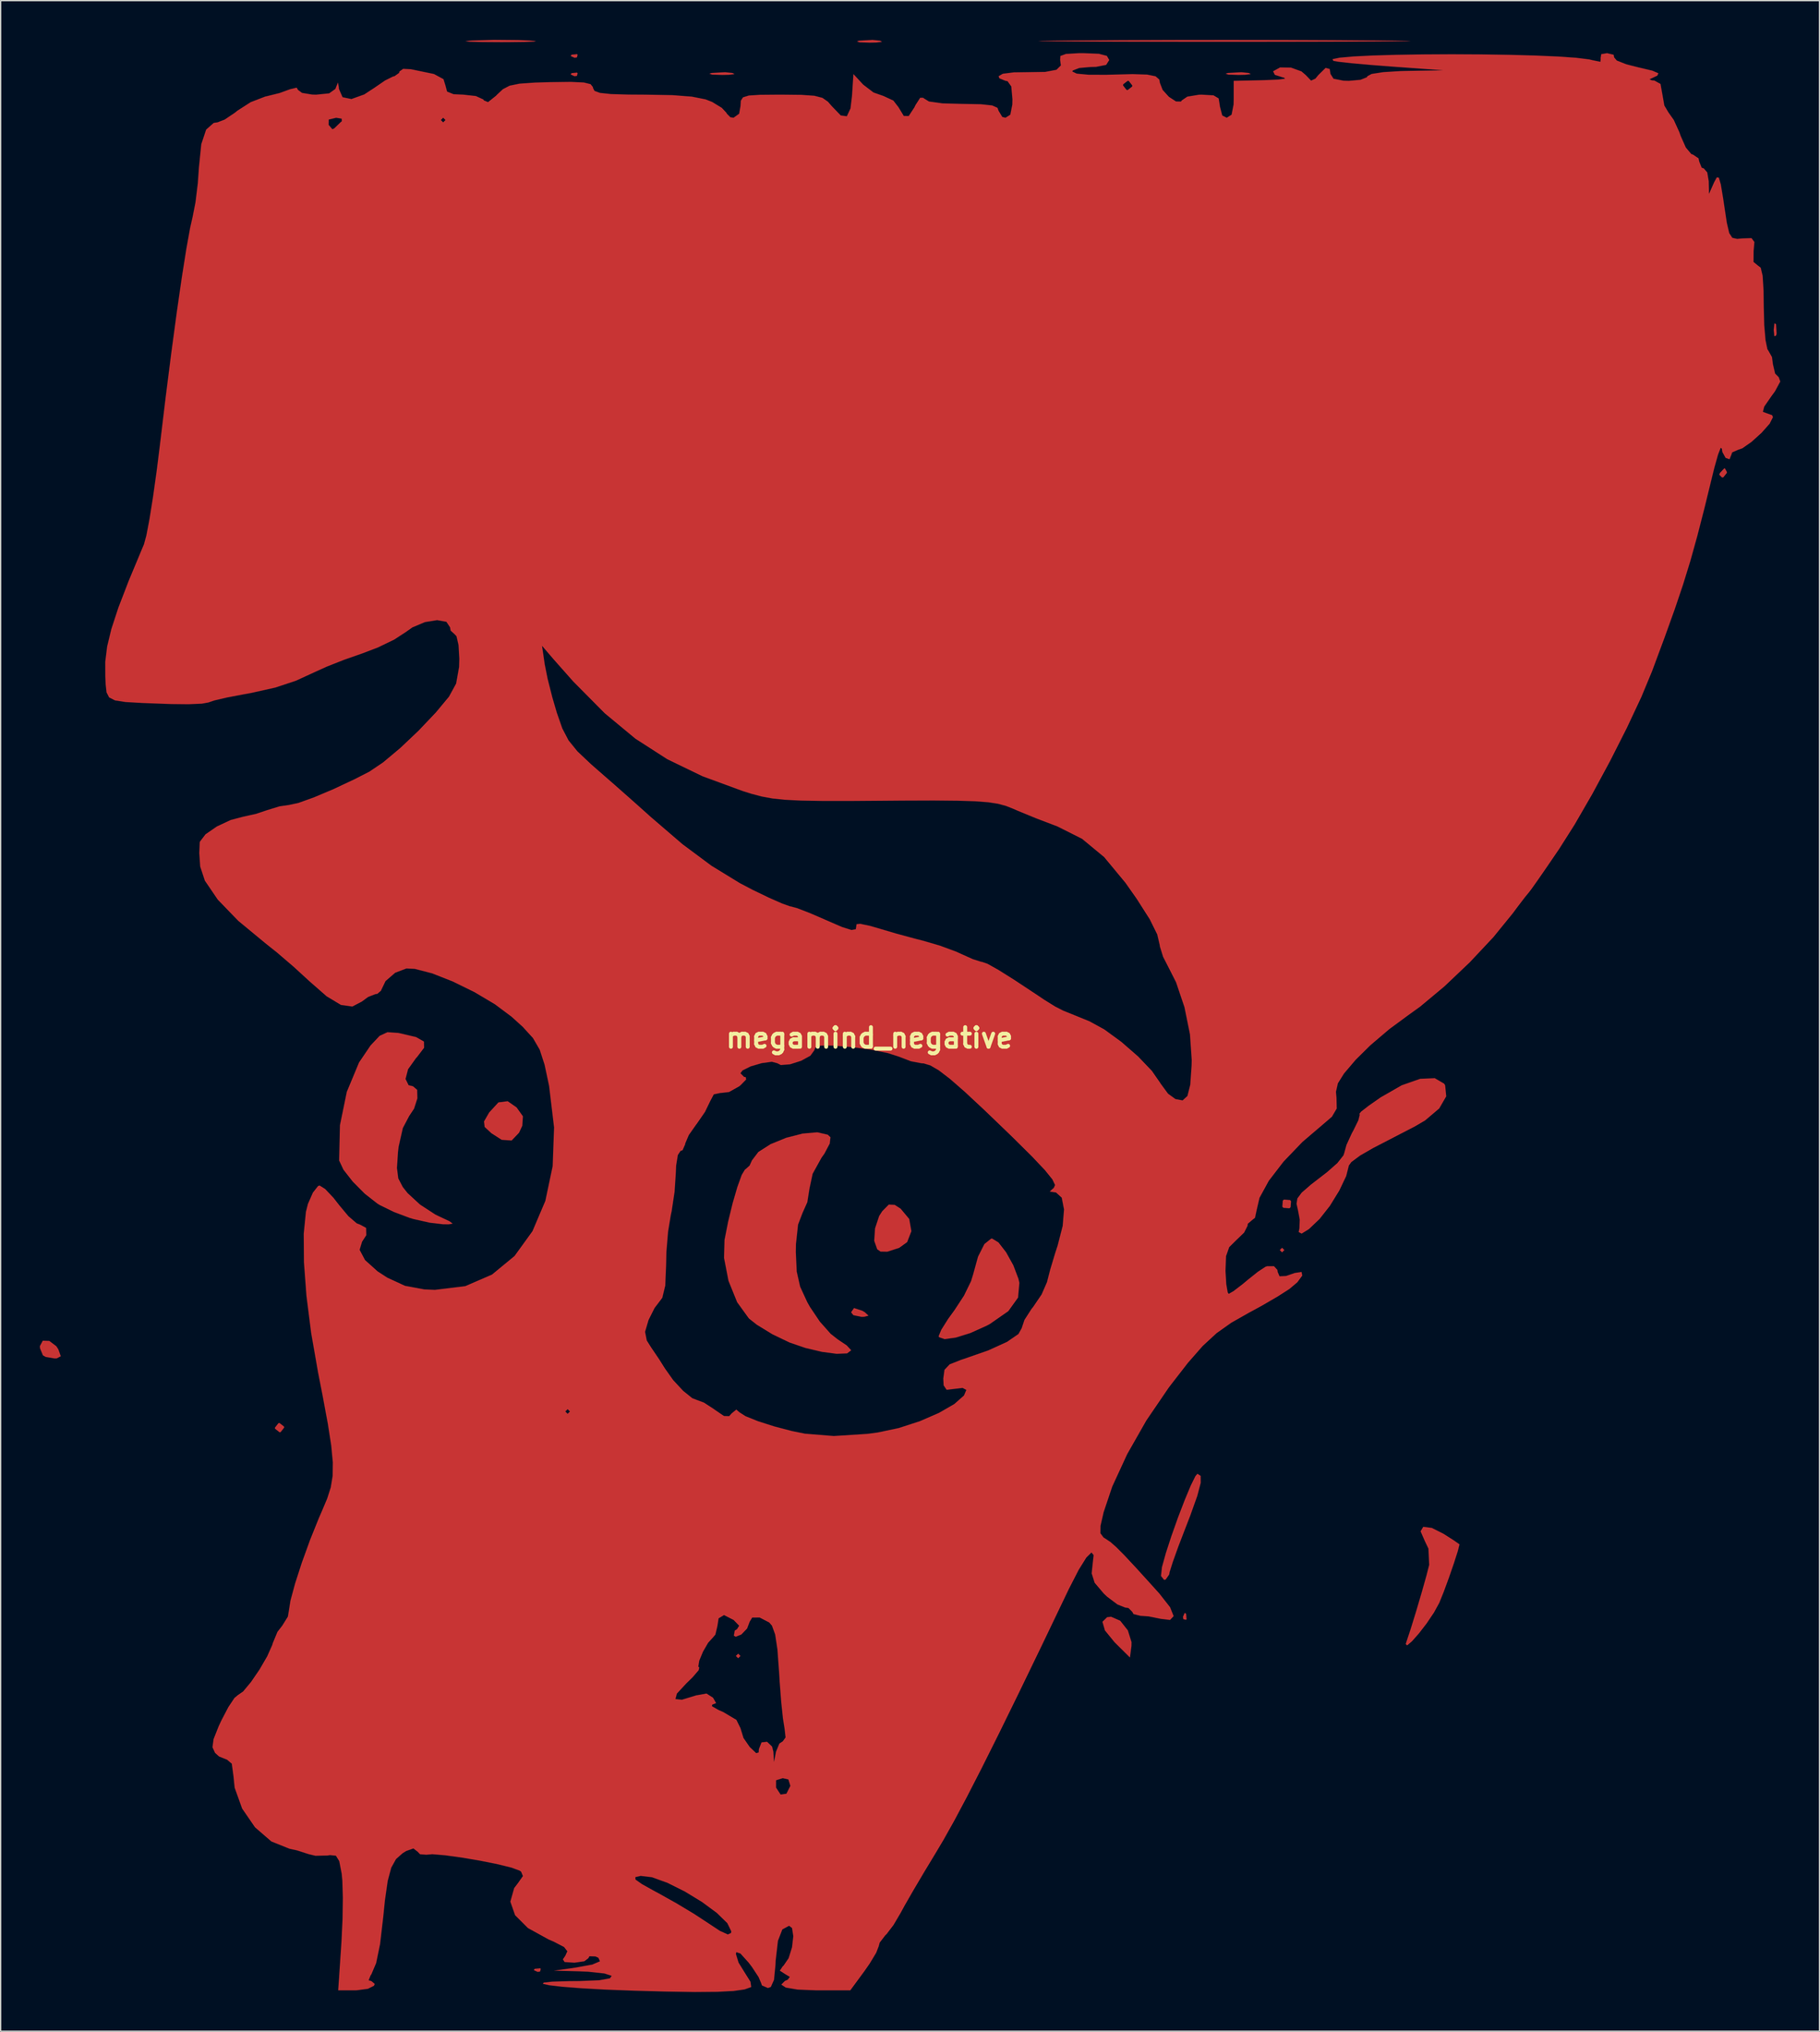
<source format=kicad_pcb>
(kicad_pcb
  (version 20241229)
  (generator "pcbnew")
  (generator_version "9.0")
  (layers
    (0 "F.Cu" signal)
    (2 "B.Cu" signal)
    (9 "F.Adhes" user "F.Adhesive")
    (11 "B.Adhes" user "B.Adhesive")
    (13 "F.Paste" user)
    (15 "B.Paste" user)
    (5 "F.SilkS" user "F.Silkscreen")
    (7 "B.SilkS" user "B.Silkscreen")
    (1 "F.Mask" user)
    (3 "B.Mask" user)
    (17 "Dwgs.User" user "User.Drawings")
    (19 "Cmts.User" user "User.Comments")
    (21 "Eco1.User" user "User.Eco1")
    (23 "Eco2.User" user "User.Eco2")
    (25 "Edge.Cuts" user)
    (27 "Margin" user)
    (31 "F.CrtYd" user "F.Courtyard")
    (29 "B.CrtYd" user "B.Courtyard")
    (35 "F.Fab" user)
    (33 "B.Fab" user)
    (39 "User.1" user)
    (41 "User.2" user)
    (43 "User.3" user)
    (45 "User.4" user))
  (footprint "megamind_negative"
    (layer "F.Cu")
    (at 63.5 76.334)
    (property "Reference" "megamind_negative" (at 0 0 0) (layer "F.SilkS") (effects (font (size 1.5 1.5) (thickness 0.3))))
    (attr board_only exclude_from_pos_files exclude_from_bom)
    (fp_poly (pts (xy -9.878 47.272) (xy -10.054 47.449) (xy -10.231 47.272) (xy -10.054 47.096)) (stroke (width 0) (type solid)) (fill yes) (layer "F.Cu"))
    (fp_poly (pts (xy 31.75 16.228) (xy 31.574 16.404) (xy 31.397 16.228) (xy 31.574 16.051)) (stroke (width 0) (type solid)) (fill yes) (layer "F.Cu"))
    (fp_poly (pts (xy -25.165 71.202) (xy -25.213 71.412) (xy -25.4 71.438) (xy -25.69 71.308) (xy -25.635 71.202) (xy -25.217 71.16)) (stroke (width 0) (type solid)) (fill yes) (layer "F.Cu"))
    (fp_poly (pts (xy -22.343 -75.2) (xy -22.391 -74.991) (xy -22.578 -74.965) (xy -22.868 -75.094) (xy -22.813 -75.2) (xy -22.394 -75.243)) (stroke (width 0) (type solid)) (fill yes) (layer "F.Cu"))
    (fp_poly (pts (xy -22.343 -73.789) (xy -22.391 -73.58) (xy -22.578 -73.554) (xy -22.868 -73.683) (xy -22.813 -73.789) (xy -22.394 -73.832)) (stroke (width 0) (type solid)) (fill yes) (layer "F.Cu"))
    (fp_poly (pts (xy 24.224 44.038) (xy 24.266 44.457) (xy 24.224 44.509) (xy 24.014 44.46) (xy 23.989 44.274) (xy 24.118 43.983)) (stroke (width 0) (type solid)) (fill yes) (layer "F.Cu"))
    (fp_poly (pts (xy 69.378 -54.592) (xy 69.425 -53.87) (xy 69.378 -53.71) (xy 69.249 -53.666) (xy 69.2 -54.151) (xy 69.256 -54.652)) (stroke (width 0) (type solid)) (fill yes) (layer "F.Cu"))
    (fp_poly (pts (xy -44.813 29.725) (xy -44.803 29.81) (xy -45.071 30.152) (xy -45.156 30.163) (xy -45.498 29.894) (xy -45.508 29.81) (xy -45.24 29.467) (xy -45.156 29.457)) (stroke (width 0) (type solid)) (fill yes) (layer "F.Cu"))
    (fp_poly (pts (xy -10.495 -73.803) (xy -10.328 -73.716) (xy -10.771 -73.661) (xy -11.289 -73.65) (xy -12.052 -73.678) (xy -12.261 -73.748) (xy -12.083 -73.803) (xy -11.055 -73.861)) (stroke (width 0) (type solid)) (fill yes) (layer "F.Cu"))
    (fp_poly (pts (xy -0.547 20.872) (xy -0.353 20.99) (xy -0.076 21.248) (xy -0.426 21.334) (xy -0.617 21.338) (xy -1.237 21.209) (xy -1.411 20.99) (xy -1.189 20.662)) (stroke (width 0) (type solid)) (fill yes) (layer "F.Cu"))
    (fp_poly (pts (xy 0.794 -76.273) (xy 0.961 -76.185) (xy 0.518 -76.13) (xy 0 -76.12) (xy -0.763 -76.147) (xy -0.972 -76.218) (xy -0.794 -76.273) (xy 0.234 -76.331)) (stroke (width 0) (type solid)) (fill yes) (layer "F.Cu"))
    (fp_poly (pts (xy 29.016 -73.803) (xy 29.183 -73.716) (xy 28.74 -73.661) (xy 28.222 -73.65) (xy 27.459 -73.678) (xy 27.25 -73.748) (xy 27.428 -73.803) (xy 28.456 -73.861)) (stroke (width 0) (type solid)) (fill yes) (layer "F.Cu"))
    (fp_poly (pts (xy 32.181 12.401) (xy 32.261 12.493) (xy 32.225 12.955) (xy 32.133 13.034) (xy 31.672 12.999) (xy 31.592 12.907) (xy 31.627 12.445) (xy 31.72 12.366)) (stroke (width 0) (type solid)) (fill yes) (layer "F.Cu"))
    (fp_poly (pts (xy 65.613 -43.295) (xy 65.617 -43.215) (xy 65.345 -42.876) (xy 65.243 -42.862) (xy 65.032 -43.079) (xy 65.088 -43.215) (xy 65.405 -43.552) (xy 65.461 -43.568)) (stroke (width 0) (type solid)) (fill yes) (layer "F.Cu"))
    (fp_poly (pts (xy 19.186 44.579) (xy 19.771 45.317) (xy 20.053 46.215) (xy 20.047 46.508) (xy 19.932 47.393) (xy 18.746 46.217) (xy 18.016 45.321) (xy 17.824 44.658) (xy 18.181 44.308) (xy 18.487 44.274)) (stroke (width 0) (type solid)) (fill yes) (layer "F.Cu"))
    (fp_poly (pts (xy -62.778 23.176) (xy -62.242 23.58) (xy -62.089 23.812) (xy -61.896 24.349) (xy -62.207 24.513) (xy -62.37 24.518) (xy -63.046 24.405) (xy -63.265 24.283) (xy -63.486 23.748) (xy -63.5 23.577) (xy -63.278 23.161)) (stroke (width 0) (type solid)) (fill yes) (layer "F.Cu"))
    (fp_poly (pts (xy -27.013 5.317) (xy -26.528 5.995) (xy -26.573 6.713) (xy -26.824 7.255) (xy -27.392 7.848) (xy -28.153 7.797) (xy -28.938 7.295) (xy -29.459 6.811) (xy -29.507 6.391) (xy -29.118 5.715) (xy -29.113 5.707) (xy -28.403 4.932) (xy -27.694 4.843)) (stroke (width 0) (type solid)) (fill yes) (layer "F.Cu"))
    (fp_poly (pts (xy -26.917 -76.32) (xy -26.017 -76.285) (xy -25.52 -76.24) (xy -25.672 -76.202) (xy -26.415 -76.174) (xy -27.693 -76.161) (xy -28.222 -76.16) (xy -29.664 -76.168) (xy -30.59 -76.191) (xy -30.943 -76.226) (xy -30.666 -76.269) (xy -30.427 -76.285) (xy -28.75 -76.334)) (stroke (width 0) (type solid)) (fill yes) (layer "F.Cu"))
    (fp_poly (pts (xy 1.924 12.77) (xy 2.381 13.062) (xy 3.039 13.852) (xy 3.203 14.784) (xy 2.88 15.619) (xy 2.27 16.06) (xy 1.362 16.354) (xy 0.846 16.347) (xy 0.588 16.169) (xy 0.358 15.52) (xy 0.422 14.566) (xy 0.738 13.619) (xy 0.97 13.257) (xy 1.473 12.749)) (stroke (width 0) (type solid)) (fill yes) (layer "F.Cu"))
    (fp_poly (pts (xy 25.344 33.5) (xy 25.346 34.039) (xy 25.086 35.027) (xy 24.547 36.54) (xy 24.165 37.523) (xy 23.629 38.919) (xy 23.21 40.086) (xy 22.968 40.856) (xy 22.931 41.048) (xy 22.665 41.43) (xy 22.54 41.451) (xy 22.306 41.155) (xy 22.379 40.481) (xy 22.68 39.4) (xy 23.112 38.075) (xy 23.615 36.665) (xy 24.128 35.33) (xy 24.59 34.227) (xy 24.941 33.517) (xy 25.095 33.337)) (stroke (width 0) (type solid)) (fill yes) (layer "F.Cu"))
    (fp_poly (pts (xy 9.868 15.644) (xy 10.454 16.399) (xy 11.008 17.397) (xy 11.398 18.427) (xy 11.469 18.738) (xy 11.367 19.863) (xy 10.623 20.9) (xy 9.206 21.885) (xy 8.95 22.022) (xy 7.722 22.573) (xy 6.599 22.924) (xy 5.742 23.041) (xy 5.313 22.89) (xy 5.292 22.801) (xy 5.492 22.322) (xy 6.009 21.502) (xy 6.495 20.831) (xy 7.226 19.718) (xy 7.767 18.61) (xy 7.927 18.093) (xy 8.304 16.729) (xy 8.789 15.769) (xy 9.308 15.353) (xy 9.379 15.346)) (stroke (width 0) (type solid)) (fill yes) (layer "F.Cu"))
    (fp_poly (pts (xy 31.691 -76.323) (xy 35.67 -76.308) (xy 38.717 -76.288) (xy 40.292 -76.272) (xy 41.186 -76.257) (xy 41.424 -76.243) (xy 41.032 -76.23) (xy 40.033 -76.218) (xy 38.454 -76.209) (xy 36.318 -76.201) (xy 33.651 -76.195) (xy 30.478 -76.191) (xy 27.164 -76.19) (xy 23.551 -76.191) (xy 20.421 -76.195) (xy 17.8 -76.201) (xy 15.713 -76.209) (xy 14.183 -76.219) (xy 13.237 -76.231) (xy 12.899 -76.244) (xy 13.194 -76.258) (xy 14.147 -76.273) (xy 15.61 -76.288) (xy 19.174 -76.311) (xy 23.202 -76.324) (xy 27.455 -76.328)) (stroke (width 0) (type solid)) (fill yes) (layer "F.Cu"))
    (fp_poly (pts (xy 43.033 37.478) (xy 43.927 37.928) (xy 44.69 38.413) (xy 45.118 38.711) (xy 45.152 38.746) (xy 45.026 39.247) (xy 44.729 40.174) (xy 44.341 41.295) (xy 43.944 42.375) (xy 43.617 43.183) (xy 43.603 43.215) (xy 43.196 43.957) (xy 42.644 44.776) (xy 42.049 45.548) (xy 41.514 46.152) (xy 41.144 46.465) (xy 41.039 46.363) (xy 41.082 46.214) (xy 41.407 45.237) (xy 41.827 43.878) (xy 42.261 42.41) (xy 42.628 41.103) (xy 42.833 40.303) (xy 42.774 39.061) (xy 42.498 38.484) (xy 42.174 37.74) (xy 42.377 37.395)) (stroke (width 0) (type solid)) (fill yes) (layer "F.Cu"))
    (fp_poly (pts (xy 43.976 3.5) (xy 44.055 3.625) (xy 44.138 4.469) (xy 43.602 5.397) (xy 42.514 6.318) (xy 41.722 6.781) (xy 40.626 7.347) (xy 39.289 8.039) (xy 38.541 8.426) (xy 37.55 8.997) (xy 36.878 9.495) (xy 36.689 9.755) (xy 36.483 10.565) (xy 35.955 11.675) (xy 35.233 12.847) (xy 34.451 13.842) (xy 34.446 13.847) (xy 33.631 14.624) (xy 33.069 14.971) (xy 32.844 14.851) (xy 32.901 14.552) (xy 32.925 13.9) (xy 32.792 13.187) (xy 32.681 12.688) (xy 32.743 12.28) (xy 33.075 11.835) (xy 33.773 11.228) (xy 34.934 10.331) (xy 35.013 10.271) (xy 35.8 9.579) (xy 36.274 8.98) (xy 36.336 8.788) (xy 36.5 8.192) (xy 36.905 7.307) (xy 37.036 7.066) (xy 37.414 6.296) (xy 37.522 5.859) (xy 37.481 5.821) (xy 37.615 5.645) (xy 38.209 5.183) (xy 39.12 4.547) (xy 40.733 3.623) (xy 42.145 3.128) (xy 43.259 3.081)) (stroke (width 0) (type solid)) (fill yes) (layer "F.Cu"))
    (fp_poly (pts (xy -36.085 -0.381) (xy -35.958 -0.358) (xy -34.706 -0.063) (xy -34.102 0.28) (xy -34.092 0.756) (xy -34.619 1.45) (xy -34.712 1.55) (xy -35.317 2.396) (xy -35.511 3.142) (xy -35.277 3.618) (xy -34.936 3.704) (xy -34.62 3.975) (xy -34.605 4.625) (xy -34.859 5.413) (xy -35.232 5.974) (xy -35.719 6.898) (xy -36.042 8.328) (xy -36.089 8.734) (xy -36.168 9.949) (xy -36.067 10.748) (xy -35.722 11.408) (xy -35.355 11.871) (xy -34.403 12.748) (xy -33.236 13.508) (xy -32.999 13.624) (xy -32.15 14.022) (xy -31.9 14.208) (xy -32.205 14.259) (xy -32.632 14.256) (xy -33.654 14.137) (xy -34.882 13.862) (xy -35.199 13.769) (xy -36.39 13.321) (xy -37.463 12.798) (xy -37.668 12.673) (xy -38.632 11.919) (xy -39.554 10.991) (xy -40.263 10.084) (xy -40.591 9.39) (xy -40.595 9.349) (xy -40.533 6.679) (xy -40.008 4.127) (xy -39.072 1.88) (xy -38.19 0.578) (xy -37.496 -0.158) (xy -36.895 -0.436)) (stroke (width 0) (type solid)) (fill yes) (layer "F.Cu"))
    (fp_poly (pts (xy -3.198 7.403) (xy -2.989 7.6) (xy -3.044 8.082) (xy -3.452 8.852) (xy -3.674 9.164) (xy -4.355 10.396) (xy -4.597 11.53) (xy -4.761 12.568) (xy -5.126 13.385) (xy -5.47 14.28) (xy -5.631 15.77) (xy -5.641 16.383) (xy -5.573 17.871) (xy -5.312 19.027) (xy -4.763 20.215) (xy -4.558 20.58) (xy -3.799 21.706) (xy -2.97 22.638) (xy -2.447 23.049) (xy -1.747 23.518) (xy -1.417 23.877) (xy -1.413 23.901) (xy -1.717 24.132) (xy -2.517 24.164) (xy -3.642 24.016) (xy -4.92 23.713) (xy -6.134 23.295) (xy -7.435 22.669) (xy -8.62 21.945) (xy -9.233 21.461) (xy -10.132 20.219) (xy -10.797 18.578) (xy -11.137 16.828) (xy -11.1 15.453) (xy -10.821 14.045) (xy -10.476 12.636) (xy -10.113 11.391) (xy -9.782 10.478) (xy -9.532 10.063) (xy -9.502 10.054) (xy -9.18 9.765) (xy -9.003 9.372) (xy -8.508 8.722) (xy -7.568 8.125) (xy -6.374 7.638) (xy -5.12 7.317) (xy -3.997 7.22)) (stroke (width 0) (type solid)) (fill yes) (layer "F.Cu"))
    (fp_poly (pts (xy 56.952 -75.195) (xy 56.99 -74.991) (xy 57.192 -74.754) (xy 57.922 -74.467) (xy 58.821 -74.238) (xy 59.911 -73.98) (xy 60.377 -73.78) (xy 60.294 -73.598) (xy 60.149 -73.531) (xy 59.695 -73.315) (xy 59.889 -73.236) (xy 60.06 -73.226) (xy 60.538 -72.964) (xy 60.678 -72.186) (xy 60.831 -71.311) (xy 61.149 -70.78) (xy 61.553 -70.211) (xy 61.98 -69.275) (xy 62.087 -68.973) (xy 62.477 -68.099) (xy 62.896 -67.601) (xy 63.027 -67.557) (xy 63.446 -67.273) (xy 63.5 -67.028) (xy 63.69 -66.558) (xy 63.853 -66.499) (xy 64.116 -66.194) (xy 64.228 -65.528) (xy 64.25 -64.558) (xy 64.639 -65.44) (xy 64.844 -65.818) (xy 65.003 -65.794) (xy 65.154 -65.28) (xy 65.336 -64.185) (xy 65.411 -63.676) (xy 65.614 -62.338) (xy 65.796 -61.557) (xy 66.032 -61.196) (xy 66.401 -61.113) (xy 66.808 -61.15) (xy 67.502 -61.172) (xy 67.723 -60.874) (xy 67.663 -60.18) (xy 67.656 -59.348) (xy 67.971 -59.09) (xy 68.207 -58.906) (xy 68.354 -58.289) (xy 68.425 -57.137) (xy 68.439 -55.936) (xy 68.476 -54.51) (xy 68.575 -53.367) (xy 68.718 -52.679) (xy 68.792 -52.564) (xy 69.068 -52.076) (xy 69.144 -51.514) (xy 69.309 -50.812) (xy 69.584 -50.536) (xy 69.705 -50.205) (xy 69.298 -49.453) (xy 69.037 -49.095) (xy 68.476 -48.285) (xy 68.372 -47.887) (xy 68.597 -47.801) (xy 69.078 -47.63) (xy 69.144 -47.476) (xy 68.89 -46.977) (xy 68.271 -46.28) (xy 67.502 -45.585) (xy 66.8 -45.094) (xy 66.471 -44.979) (xy 66.02 -44.78) (xy 65.969 -44.626) (xy 65.821 -44.256) (xy 65.517 -44.361) (xy 65.268 -44.816) (xy 65.232 -45.067) (xy 65.145 -45.134) (xy 64.943 -44.619) (xy 64.663 -43.625) (xy 64.561 -43.215) (xy 63.913 -40.565) (xy 63.353 -38.385) (xy 62.824 -36.486) (xy 62.266 -34.679) (xy 61.623 -32.775) (xy 60.835 -30.585) (xy 59.891 -28.046) (xy 59.071 -26.072) (xy 57.963 -23.711) (xy 56.673 -21.165) (xy 55.305 -18.633) (xy 53.965 -16.316) (xy 52.79 -14.464) (xy 51.899 -13.157) (xy 51.152 -12.077) (xy 50.637 -11.352) (xy 50.453 -11.113) (xy 50.151 -10.746) (xy 49.59 -10.011) (xy 49.228 -9.525) (xy 47.744 -7.702) (xy 45.934 -5.775) (xy 43.999 -3.939) (xy 42.139 -2.389) (xy 41.208 -1.719) (xy 39.78 -0.668) (xy 38.331 0.564) (xy 37.205 1.677) (xy 36.315 2.724) (xy 35.845 3.476) (xy 35.7 4.119) (xy 35.739 4.591) (xy 35.757 5.403) (xy 35.39 6.029) (xy 34.803 6.533) (xy 33.134 7.956) (xy 31.688 9.462) (xy 30.56 10.929) (xy 29.846 12.235) (xy 29.635 13.141) (xy 29.501 13.761) (xy 29.281 13.935) (xy 28.953 14.214) (xy 28.928 14.38) (xy 28.669 14.892) (xy 28.067 15.472) (xy 27.529 16.003) (xy 27.285 16.697) (xy 27.244 17.819) (xy 27.245 17.849) (xy 27.305 18.844) (xy 27.415 19.469) (xy 27.489 19.578) (xy 27.856 19.368) (xy 28.549 18.837) (xy 28.928 18.521) (xy 29.719 17.889) (xy 30.294 17.511) (xy 30.427 17.463) (xy 30.956 17.462) (xy 31.213 17.744) (xy 31.237 17.903) (xy 31.381 18.233) (xy 31.878 18.21) (xy 32.544 17.98) (xy 33.066 17.901) (xy 33.119 18.18) (xy 32.744 18.691) (xy 32.131 19.207) (xy 31.257 19.768) (xy 30.048 20.472) (xy 29.044 21.018) (xy 27.69 21.784) (xy 26.558 22.587) (xy 25.501 23.562) (xy 24.374 24.847) (xy 23.029 26.579) (xy 22.885 26.771) (xy 21.191 29.255) (xy 19.72 31.838) (xy 18.576 34.319) (xy 17.918 36.277) (xy 17.68 37.314) (xy 17.671 37.888) (xy 17.909 38.211) (xy 18.091 38.325) (xy 18.436 38.556) (xy 18.882 38.947) (xy 19.514 39.583) (xy 20.416 40.549) (xy 21.671 41.932) (xy 22.182 42.5) (xy 23.002 43.544) (xy 23.275 44.227) (xy 22.999 44.52) (xy 22.313 44.439) (xy 21.367 44.249) (xy 20.726 44.202) (xy 20.203 44.07) (xy 20.108 43.899) (xy 19.82 43.609) (xy 19.552 43.568) (xy 18.971 43.333) (xy 18.188 42.745) (xy 17.923 42.496) (xy 17.227 41.673) (xy 17.001 40.958) (xy 17.06 40.379) (xy 17.15 39.561) (xy 16.985 39.36) (xy 16.594 39.746) (xy 16.006 40.69) (xy 15.251 42.162) (xy 15.211 42.245) (xy 13.178 46.486) (xy 11.411 50.136) (xy 9.885 53.248) (xy 8.574 55.872) (xy 7.45 58.06) (xy 6.49 59.864) (xy 5.665 61.335) (xy 5.112 62.265) (xy 4.198 63.777) (xy 3.352 65.206) (xy 2.687 66.364) (xy 2.385 66.918) (xy 1.835 67.851) (xy 1.313 68.538) (xy 1.208 68.637) (xy 0.777 69.199) (xy 0.706 69.471) (xy 0.51 69.975) (xy 0.008 70.807) (xy -0.383 71.368) (xy -1.472 72.849) (xy -4.087 72.849) (xy -5.499 72.792) (xy -6.409 72.638) (xy -6.755 72.409) (xy -6.477 72.128) (xy -6.262 72.037) (xy -6.103 71.82) (xy -6.449 71.613) (xy -6.866 71.343) (xy -6.64 71.005) (xy -6.58 70.955) (xy -6.193 70.388) (xy -5.933 69.557) (xy -5.835 68.706) (xy -5.932 68.082) (xy -6.158 67.91) (xy -6.672 68.189) (xy -7.009 69.058) (xy -7.184 70.564) (xy -7.2 70.908) (xy -7.311 72.047) (xy -7.554 72.59) (xy -7.778 72.672) (xy -8.237 72.472) (xy -8.29 72.311) (xy -8.493 71.833) (xy -9.003 71.058) (xy -9.257 70.724) (xy -9.881 70.033) (xy -10.194 69.929) (xy -10.227 70.067) (xy -10.022 70.731) (xy -9.524 71.535) (xy -9.519 71.542) (xy -9.109 72.197) (xy -9.057 72.589) (xy -9.078 72.606) (xy -9.569 72.78) (xy -10.402 72.899) (xy -11.652 72.963) (xy -13.395 72.976) (xy -15.705 72.94) (xy -18.051 72.876) (xy -20.253 72.791) (xy -22.095 72.687) (xy -23.531 72.574) (xy -24.515 72.459) (xy -25 72.35) (xy -24.941 72.256) (xy -24.291 72.184) (xy -23.003 72.144) (xy -22.196 72.138) (xy -20.684 72.076) (xy -19.865 71.929) (xy -19.735 71.74) (xy -20.292 71.557) (xy -21.536 71.425) (xy -22.225 71.396) (xy -24.165 71.343) (xy -22.504 71.111) (xy -21.218 70.876) (xy -20.634 70.627) (xy -20.749 70.362) (xy -20.975 70.257) (xy -21.439 70.243) (xy -21.519 70.39) (xy -21.827 70.626) (xy -22.572 70.732) (xy -22.621 70.732) (xy -23.34 70.683) (xy -23.471 70.478) (xy -23.287 70.207) (xy -23.128 69.859) (xy -23.381 69.536) (xy -24.157 69.132) (xy -24.567 68.954) (xy -26.142 68.087) (xy -27.128 67.103) (xy -27.491 66.064) (xy -27.199 65.029) (xy -26.913 64.653) (xy -26.586 64.188) (xy -17.921 64.188) (xy -17.911 64.375) (xy -17.418 64.724) (xy -16.371 65.305) (xy -16.187 65.402) (xy -14.804 66.174) (xy -13.445 66.989) (xy -12.524 67.592) (xy -11.46 68.295) (xy -10.848 68.574) (xy -10.6 68.461) (xy -10.583 68.332) (xy -10.886 67.709) (xy -11.686 66.929) (xy -12.823 66.09) (xy -14.138 65.289) (xy -15.471 64.625) (xy -16.66 64.196) (xy -17.519 64.095) (xy -17.921 64.188) (xy -26.586 64.188) (xy -26.529 64.108) (xy -26.669 63.772) (xy -26.789 63.69) (xy -27.4 63.464) (xy -28.468 63.201) (xy -29.8 62.934) (xy -31.204 62.696) (xy -32.488 62.519) (xy -33.461 62.437) (xy -33.924 62.477) (xy -34.404 62.439) (xy -34.582 62.25) (xy -34.911 61.996) (xy -35.463 62.192) (xy -35.734 62.361) (xy -36.239 62.808) (xy -36.606 63.469) (xy -36.876 64.478) (xy -37.09 65.973) (xy -37.214 67.204) (xy -37.46 69.308) (xy -37.761 70.764) (xy -38.129 71.629) (xy -38.184 71.702) (xy -38.336 72.08) (xy -38.122 72.143) (xy -37.872 72.356) (xy -37.924 72.496) (xy -38.391 72.731) (xy -39.253 72.846) (xy -39.404 72.849) (xy -40.666 72.849) (xy -40.418 69.154) (xy -40.335 67.419) (xy -40.312 65.771) (xy -40.35 64.448) (xy -40.402 63.917) (xy -40.586 62.966) (xy -40.842 62.552) (xy -41.3 62.507) (xy -41.477 62.537) (xy -42.405 62.557) (xy -42.945 62.427) (xy -43.808 62.147) (xy -44.399 62.018) (xy -45.783 61.46) (xy -47.035 60.376) (xy -48.018 58.946) (xy -48.592 57.349) (xy -48.65 56.781) (xy -7.154 56.781) (xy -7.154 57.341) (xy -6.807 57.87) (xy -6.362 57.808) (xy -6.06 57.209) (xy -6.212 56.718) (xy -6.644 56.621) (xy -7.154 56.781) (xy -48.65 56.781) (xy -48.683 56.458) (xy -48.811 55.512) (xy -49.169 55.21) (xy -49.788 54.961) (xy -50.093 54.682) (xy -50.288 54.256) (xy -50.206 53.636) (xy -49.812 52.644) (xy -49.612 52.213) (xy -49.075 51.188) (xy -48.666 50.572) (xy -14.856 50.572) (xy -14.369 50.622) (xy -13.293 50.295) (xy -13.279 50.29) (xy -12.477 50.147) (xy -11.979 50.466) (xy -11.741 50.881) (xy -12.039 50.995) (xy -12.061 51.118) (xy -11.547 51.41) (xy -11.201 51.561) (xy -10.191 52.16) (xy -9.878 52.793) (xy -9.647 53.545) (xy -9.172 54.233) (xy -8.677 54.705) (xy -8.488 54.656) (xy -8.467 54.394) (xy -8.266 53.884) (xy -7.843 53.835) (xy -7.46 54.2) (xy -7.36 54.592) (xy -7.312 55.386) (xy -7.159 54.592) (xy -6.901 53.973) (xy -6.637 53.799) (xy -6.428 53.503) (xy -6.504 52.828) (xy -6.628 52.05) (xy -6.76 50.785) (xy -6.878 49.252) (xy -6.923 48.507) (xy -7.05 46.776) (xy -7.224 45.632) (xy -7.468 44.958) (xy -7.677 44.715) (xy -8.408 44.335) (xy -8.98 44.337) (xy -9.172 44.652) (xy -9.372 45.177) (xy -9.81 45.632) (xy -10.244 45.806) (xy -10.387 45.718) (xy -10.313 45.327) (xy -10.145 45.226) (xy -9.98 44.959) (xy -10.403 44.522) (xy -11.139 44.146) (xy -11.55 44.395) (xy -11.642 44.979) (xy -11.797 45.638) (xy -11.972 45.847) (xy -12.353 46.266) (xy -12.744 46.942) (xy -13.032 47.631) (xy -13.106 48.088) (xy -13.031 48.154) (xy -13.078 48.365) (xy -13.544 48.906) (xy -14.028 49.379) (xy -14.745 50.154) (xy -14.856 50.572) (xy -48.666 50.572) (xy -48.608 50.485) (xy -48.352 50.271) (xy -47.943 49.989) (xy -47.345 49.271) (xy -46.688 48.311) (xy -46.102 47.303) (xy -45.717 46.44) (xy -45.67 46.283) (xy -45.315 45.429) (xy -44.945 44.95) (xy -44.519 44.266) (xy -44.45 43.863) (xy -44.319 43.034) (xy -43.966 41.732) (xy -43.447 40.129) (xy -42.82 38.4) (xy -42.143 36.718) (xy -41.907 36.178) (xy -41.509 35.234) (xy -41.236 34.379) (xy -41.091 33.496) (xy -41.078 32.467) (xy -41.2 31.177) (xy -41.461 29.507) (xy -41.634 28.575) (xy -23.283 28.575) (xy -23.107 28.751) (xy -22.931 28.575) (xy -23.107 28.399) (xy -23.283 28.575) (xy -41.634 28.575) (xy -41.863 27.342) (xy -42.21 25.576) (xy -42.735 22.571) (xy -42.746 22.481) (xy -17.178 22.481) (xy -17.049 23.141) (xy -16.711 23.681) (xy -16.108 24.569) (xy -15.659 25.283) (xy -15.028 26.173) (xy -14.266 26.994) (xy -13.568 27.556) (xy -13.215 27.693) (xy -12.672 27.896) (xy -11.909 28.391) (xy -11.831 28.451) (xy -11.138 28.921) (xy -10.74 28.93) (xy -10.549 28.716) (xy -10.195 28.427) (xy -9.966 28.628) (xy -9.496 28.932) (xy -8.535 29.318) (xy -7.28 29.719) (xy -5.93 30.072) (xy -4.939 30.272) (xy -2.736 30.45) (xy -0.164 30.286) (xy 0.631 30.18) (xy 2.238 29.84) (xy 3.847 29.318) (xy 5.312 28.682) (xy 6.487 28.004) (xy 7.227 27.352) (xy 7.408 26.926) (xy 7.119 26.773) (xy 6.526 26.843) (xy 5.898 26.917) (xy 5.67 26.575) (xy 5.644 26.053) (xy 5.735 25.387) (xy 6.13 24.97) (xy 7.013 24.619) (xy 7.144 24.578) (xy 9.083 23.904) (xy 10.524 23.248) (xy 11.397 22.648) (xy 11.642 22.208) (xy 11.857 21.568) (xy 12.39 20.739) (xy 12.524 20.573) (xy 13.169 19.622) (xy 13.581 18.681) (xy 13.605 18.582) (xy 13.836 17.69) (xy 14.197 16.491) (xy 14.398 15.875) (xy 14.782 14.381) (xy 14.883 13.117) (xy 14.708 12.219) (xy 14.266 11.821) (xy 14.177 11.813) (xy 13.788 11.752) (xy 14.061 11.505) (xy 14.098 11.481) (xy 14.197 11.252) (xy 13.991 10.82) (xy 13.427 10.121) (xy 12.452 9.09) (xy 11.015 7.665) (xy 10.682 7.341) (xy 8.776 5.509) (xy 7.291 4.126) (xy 6.156 3.136) (xy 5.301 2.482) (xy 4.655 2.106) (xy 4.147 1.952) (xy 3.967 1.94) (xy 3.165 1.788) (xy 2.259 1.44) (xy 1.406 1.164) (xy 0.113 0.902) (xy -1.354 0.707) (xy -1.499 0.693) (xy -2.902 0.588) (xy -3.737 0.592) (xy -4.137 0.719) (xy -4.233 0.958) (xy -4.529 1.365) (xy -5.235 1.751) (xy -6.078 2.02) (xy -6.786 2.077) (xy -7.056 1.94) (xy -7.48 1.827) (xy -8.256 1.933) (xy -9.099 2.18) (xy -9.723 2.491) (xy -9.878 2.705) (xy -9.602 2.984) (xy -9.477 2.999) (xy -9.44 3.179) (xy -9.873 3.622) (xy -9.975 3.705) (xy -10.751 4.14) (xy -11.386 4.214) (xy -11.402 4.209) (xy -11.92 4.32) (xy -12.187 4.825) (xy -12.592 5.661) (xy -13.227 6.581) (xy -13.277 6.642) (xy -13.832 7.433) (xy -14.105 8.074) (xy -14.111 8.141) (xy -14.31 8.593) (xy -14.464 8.643) (xy -14.671 8.959) (xy -14.802 9.764) (xy -14.825 10.319) (xy -14.92 11.77) (xy -15.146 13.268) (xy -15.214 13.582) (xy -15.42 14.834) (xy -15.548 16.383) (xy -15.571 17.432) (xy -15.635 18.953) (xy -15.86 19.877) (xy -16.009 20.078) (xy -16.452 20.659) (xy -16.897 21.546) (xy -16.921 21.606) (xy -17.178 22.481) (xy -42.746 22.481) (xy -43.097 19.727) (xy -43.289 17.158) (xy -43.305 14.981) (xy -43.138 13.309) (xy -42.984 12.7) (xy -42.6 11.829) (xy -42.21 11.333) (xy -42.093 11.289) (xy -41.667 11.554) (xy -41.025 12.233) (xy -40.593 12.788) (xy -39.882 13.639) (xy -39.249 14.183) (xy -38.98 14.287) (xy -38.529 14.531) (xy -38.516 15.091) (xy -38.838 15.59) (xy -39.027 16.209) (xy -38.612 16.992) (xy -37.65 17.857) (xy -36.903 18.341) (xy -35.554 18.962) (xy -34.079 19.236) (xy -33.264 19.271) (xy -30.937 18.986) (xy -28.894 18.102) (xy -27.17 16.681) (xy -25.798 14.784) (xy -24.814 12.472) (xy -24.251 9.807) (xy -24.144 6.849) (xy -24.525 3.671) (xy -24.872 2.048) (xy -25.244 0.902) (xy -25.761 0.012) (xy -26.542 -0.844) (xy -27.393 -1.615) (xy -28.671 -2.57) (xy -30.233 -3.497) (xy -31.896 -4.313) (xy -33.478 -4.935) (xy -34.797 -5.278) (xy -35.444 -5.31) (xy -36.303 -4.983) (xy -37.041 -4.346) (xy -37.382 -3.638) (xy -37.383 -3.616) (xy -37.673 -3.366) (xy -37.808 -3.351) (xy -38.373 -3.133) (xy -38.852 -2.78) (xy -39.584 -2.398) (xy -40.455 -2.52) (xy -41.546 -3.176) (xy -42.862 -4.327) (xy -44.068 -5.432) (xy -45.363 -6.54) (xy -46.214 -7.217) (xy -48.315 -8.953) (xy -49.881 -10.571) (xy -50.87 -12.023) (xy -51.228 -13.104) (xy -51.299 -14.135) (xy -51.266 -14.923) (xy -51.247 -15.014) (xy -50.82 -15.573) (xy -49.953 -16.171) (xy -48.889 -16.668) (xy -47.947 -16.916) (xy -46.967 -17.133) (xy -46.103 -17.42) (xy -45.151 -17.712) (xy -44.437 -17.815) (xy -43.712 -17.971) (xy -42.528 -18.395) (xy -41.047 -19.019) (xy -39.433 -19.776) (xy -38.276 -20.367) (xy -37.233 -21.07) (xy -35.923 -22.166) (xy -34.519 -23.494) (xy -33.193 -24.891) (xy -32.191 -26.095) (xy -31.641 -27.1) (xy -31.415 -28.364) (xy -31.397 -29.004) (xy -31.454 -29.986) (xy -25.065 -29.986) (xy -24.859 -28.575) (xy -24.639 -27.475) (xy -24.278 -26.051) (xy -23.933 -24.871) (xy -23.513 -23.67) (xy -23.037 -22.757) (xy -22.353 -21.914) (xy -21.309 -20.929) (xy -20.868 -20.543) (xy -19.511 -19.358) (xy -18.093 -18.107) (xy -16.893 -17.035) (xy -16.757 -16.912) (xy -14.317 -14.817) (xy -12.099 -13.168) (xy -9.921 -11.835) (xy -8.936 -11.319) (xy -7.702 -10.725) (xy -6.692 -10.28) (xy -6.085 -10.064) (xy -6.018 -10.054) (xy -5.521 -9.917) (xy -4.585 -9.555) (xy -3.405 -9.046) (xy -3.344 -9.018) (xy -2.107 -8.482) (xy -1.382 -8.253) (xy -1.051 -8.313) (xy -0.999 -8.648) (xy -1.004 -8.693) (xy -0.721 -8.728) (xy 0.034 -8.57) (xy 0.63 -8.397) (xy 2.05 -7.978) (xy 3.6 -7.559) (xy 4.068 -7.441) (xy 5.384 -7.058) (xy 6.629 -6.598) (xy 7.033 -6.414) (xy 7.911 -6.022) (xy 8.543 -5.821) (xy 8.609 -5.814) (xy 9.029 -5.668) (xy 9.843 -5.214) (xy 11.106 -4.421) (xy 12.872 -3.254) (xy 13.377 -2.914) (xy 14.203 -2.402) (xy 14.817 -2.087) (xy 15.459 -1.828) (xy 16.439 -1.43) (xy 16.823 -1.275) (xy 17.965 -0.65) (xy 19.271 0.302) (xy 20.55 1.415) (xy 21.608 2.52) (xy 22.253 3.449) (xy 22.266 3.478) (xy 22.848 4.269) (xy 23.412 4.678) (xy 23.962 4.78) (xy 24.33 4.441) (xy 24.547 3.579) (xy 24.649 2.115) (xy 24.659 1.693) (xy 24.524 -0.274) (xy 24.1 -2.355) (xy 23.461 -4.248) (xy 22.943 -5.272) (xy 22.465 -6.205) (xy 22.219 -6.998) (xy 22.21 -7.097) (xy 22.017 -7.917) (xy 21.444 -9.072) (xy 20.451 -10.631) (xy 19.583 -11.865) (xy 17.955 -13.829) (xy 16.266 -15.225) (xy 14.355 -16.185) (xy 14.161 -16.256) (xy 12.772 -16.784) (xy 11.337 -17.373) (xy 10.993 -17.523) (xy 10.446 -17.74) (xy 9.846 -17.904) (xy 9.094 -18.021) (xy 8.088 -18.098) (xy 6.729 -18.14) (xy 4.916 -18.155) (xy 2.548 -18.148) (xy 1.115 -18.138) (xy -1.562 -18.121) (xy -3.644 -18.123) (xy -5.243 -18.15) (xy -6.47 -18.211) (xy -7.437 -18.312) (xy -8.254 -18.462) (xy -9.034 -18.668) (xy -9.701 -18.878) (xy -12.783 -20.01) (xy -15.473 -21.311) (xy -17.918 -22.883) (xy -20.27 -24.832) (xy -22.676 -27.259) (xy -24.156 -28.928) (xy -25.065 -29.986) (xy -31.454 -29.986) (xy -31.457 -30.043) (xy -31.612 -30.719) (xy -31.75 -30.868) (xy -32.063 -31.154) (xy -32.103 -31.397) (xy -32.384 -31.823) (xy -33.093 -31.951) (xy -34.029 -31.801) (xy -34.991 -31.395) (xy -35.487 -31.045) (xy -36.37 -30.469) (xy -37.636 -29.857) (xy -38.806 -29.413) (xy -40.205 -28.922) (xy -41.524 -28.403) (xy -42.333 -28.037) (xy -43.904 -27.317) (xy -45.468 -26.797) (xy -47.335 -26.38) (xy -47.973 -26.265) (xy -49.201 -26.029) (xy -50.159 -25.805) (xy -50.611 -25.651) (xy -51.109 -25.563) (xy -52.117 -25.521) (xy -53.438 -25.533) (xy -53.791 -25.545) (xy -55.664 -25.615) (xy -56.947 -25.688) (xy -57.755 -25.814) (xy -58.2 -26.044) (xy -58.398 -26.431) (xy -58.462 -27.024) (xy -58.492 -27.657) (xy -58.495 -28.765) (xy -58.35 -29.935) (xy -58.026 -31.28) (xy -57.49 -32.91) (xy -56.709 -34.938) (xy -55.65 -37.476) (xy -55.534 -37.747) (xy -55.348 -38.431) (xy -55.11 -39.682) (xy -54.84 -41.368) (xy -54.561 -43.354) (xy -54.314 -45.332) (xy -53.871 -49.007) (xy -53.436 -52.424) (xy -53.02 -55.505) (xy -52.634 -58.173) (xy -52.289 -60.353) (xy -51.996 -61.968) (xy -51.808 -62.794) (xy -51.589 -63.913) (xy -51.41 -65.382) (xy -51.324 -66.597) (xy -51.145 -68.356) (xy -50.773 -69.472) (xy -50.361 -69.835) (xy -41.397 -69.835) (xy -41.116 -69.503) (xy -40.967 -69.566) (xy -40.486 -70.032) (xy -40.393 -70.105) (xy -40.396 -70.203) (xy -32.808 -70.203) (xy -32.632 -70.026) (xy -32.456 -70.203) (xy -32.632 -70.379) (xy -32.808 -70.203) (xy -40.396 -70.203) (xy -40.4 -70.307) (xy -40.823 -70.374) (xy -41.389 -70.24) (xy -41.397 -69.835) (xy -50.361 -69.835) (xy -50.194 -69.983) (xy -49.902 -70.026) (xy -49.352 -70.239) (xy -48.572 -70.764) (xy -48.393 -70.91) (xy -47.359 -71.573) (xy -46.251 -71.999) (xy -46.161 -72.018) (xy -45.15 -72.268) (xy -44.367 -72.555) (xy -44.362 -72.558) (xy -43.841 -72.681) (xy -43.744 -72.508) (xy -43.432 -72.278) (xy -42.653 -72.151) (xy -42.359 -72.143) (xy -41.358 -72.243) (xy -40.881 -72.584) (xy -40.813 -72.76) (xy -40.685 -73.074) (xy -40.618 -72.715) (xy -40.61 -72.584) (xy -40.332 -71.949) (xy -39.652 -71.809) (xy -38.672 -72.161) (xy -37.892 -72.672) (xy -37.078 -73.228) (xy -36.466 -73.534) (xy -36.36 -73.554) (xy -35.998 -73.813) (xy -35.983 -73.914) (xy -35.692 -74.12) (xy -35.101 -74.09) (xy -34.008 -73.863) (xy -33.337 -73.724) (xy -32.607 -73.329) (xy -32.456 -72.842) (xy -32.332 -72.38) (xy -31.838 -72.179) (xy -31.074 -72.143) (xy -30.133 -72.039) (xy -29.562 -71.779) (xy -29.51 -71.702) (xy -29.198 -71.574) (xy -28.594 -72.055) (xy -28.511 -72.143) (xy -28.06 -72.564) (xy -27.542 -72.832) (xy -26.785 -72.986) (xy -25.618 -73.067) (xy -24.43 -73.103) (xy -22.858 -73.121) (xy -21.871 -73.075) (xy -21.349 -72.947) (xy -21.171 -72.723) (xy -21.167 -72.662) (xy -21.05 -72.432) (xy -20.629 -72.279) (xy -19.794 -72.19) (xy -18.436 -72.15) (xy -17.164 -72.143) (xy -15.09 -72.108) (xy -13.593 -71.992) (xy -12.55 -71.784) (xy -12.049 -71.588) (xy -11.307 -71.135) (xy -10.944 -70.748) (xy -10.936 -70.706) (xy -10.65 -70.416) (xy -10.407 -70.379) (xy -9.981 -70.686) (xy -9.878 -71.261) (xy -9.852 -71.68) (xy -9.685 -71.939) (xy -9.238 -72.078) (xy -8.378 -72.133) (xy -6.966 -72.143) (xy -6.728 -72.143) (xy -5.207 -72.129) (xy -4.222 -72.06) (xy -3.604 -71.899) (xy -3.183 -71.605) (xy -2.885 -71.261) (xy -2.202 -70.554) (xy -1.739 -70.491) (xy -1.458 -71.09) (xy -1.342 -72.05) (xy -1.235 -73.721) (xy -0.486 -72.913) (xy 0.304 -72.31) (xy 1.057 -72.046) (xy 1.822 -71.694) (xy 2.217 -71.183) (xy 2.622 -70.516) (xy 2.996 -70.508) (xy 3.431 -71.171) (xy 3.517 -71.349) (xy 3.877 -71.908) (xy 4.122 -71.905) (xy 4.133 -71.878) (xy 4.543 -71.624) (xy 5.575 -71.479) (xy 7.085 -71.438) (xy 8.524 -71.412) (xy 9.385 -71.32) (xy 9.793 -71.138) (xy 9.878 -70.908) (xy 10.16 -70.441) (xy 10.407 -70.379) (xy 10.775 -70.612) (xy 10.927 -71.385) (xy 10.936 -71.79) (xy 10.849 -72.771) (xy 10.793 -72.849) (xy 19.403 -72.849) (xy 19.671 -72.506) (xy 19.756 -72.496) (xy 20.098 -72.764) (xy 20.108 -72.849) (xy 19.84 -73.191) (xy 19.756 -73.201) (xy 19.413 -72.933) (xy 19.403 -72.849) (xy 10.793 -72.849) (xy 10.559 -73.176) (xy 10.407 -73.201) (xy 9.937 -73.393) (xy 9.878 -73.556) (xy 10.201 -73.744) (xy 11.058 -73.852) (xy 11.955 -73.863) (xy 13.436 -73.883) (xy 14.304 -74.046) (xy 14.644 -74.38) (xy 14.587 -74.8) (xy 14.604 -75.101) (xy 15.033 -75.26) (xy 16.004 -75.316) (xy 16.366 -75.318) (xy 17.549 -75.272) (xy 18.164 -75.111) (xy 18.344 -74.798) (xy 18.344 -74.789) (xy 18.111 -74.421) (xy 17.339 -74.269) (xy 16.933 -74.26) (xy 16.05 -74.183) (xy 15.558 -73.992) (xy 15.522 -73.914) (xy 15.854 -73.753) (xy 16.773 -73.667) (xy 18.164 -73.665) (xy 18.433 -73.673) (xy 20.135 -73.715) (xy 21.249 -73.68) (xy 21.891 -73.549) (xy 22.176 -73.303) (xy 22.225 -73.042) (xy 22.432 -72.508) (xy 22.912 -71.979) (xy 23.452 -71.626) (xy 23.84 -71.618) (xy 23.893 -71.702) (xy 24.322 -71.993) (xy 25.207 -72.138) (xy 25.429 -72.143) (xy 26.326 -72.092) (xy 26.72 -71.856) (xy 26.811 -71.305) (xy 26.811 -71.261) (xy 26.995 -70.552) (xy 27.34 -70.379) (xy 27.708 -70.612) (xy 27.86 -71.385) (xy 27.869 -71.79) (xy 27.869 -73.201) (xy 30.251 -73.254) (xy 31.277 -73.298) (xy 31.8 -73.365) (xy 31.726 -73.443) (xy 31.656 -73.455) (xy 31.022 -73.658) (xy 30.883 -73.931) (xy 31.423 -74.228) (xy 32.256 -74.213) (xy 33.06 -73.922) (xy 33.387 -73.642) (xy 33.794 -73.217) (xy 34.125 -73.371) (xy 34.347 -73.642) (xy 34.907 -74.192) (xy 35.221 -74.107) (xy 35.278 -73.731) (xy 35.511 -73.363) (xy 36.283 -73.211) (xy 36.689 -73.201) (xy 37.573 -73.28) (xy 38.064 -73.475) (xy 38.1 -73.554) (xy 38.429 -73.729) (xy 39.322 -73.867) (xy 40.638 -73.948) (xy 41.01 -73.957) (xy 43.921 -74.008) (xy 39.905 -74.296) (xy 38.269 -74.424) (xy 36.88 -74.549) (xy 35.898 -74.658) (xy 35.495 -74.727) (xy 35.434 -74.86) (xy 35.984 -74.973) (xy 37.048 -75.067) (xy 38.532 -75.14) (xy 40.34 -75.192) (xy 42.377 -75.224) (xy 44.548 -75.234) (xy 46.758 -75.224) (xy 48.912 -75.192) (xy 50.914 -75.138) (xy 52.668 -75.063) (xy 54.081 -74.965) (xy 55.056 -74.845) (xy 55.353 -74.776) (xy 55.939 -74.658) (xy 55.962 -74.889) (xy 55.95 -74.91) (xy 56 -75.24) (xy 56.444 -75.318)) (stroke (width 0) (type solid)) (fill yes) (layer "F.Cu")))
  (gr_rect
    (start -3 -3)
    (end 136.205 152.31)
    (stroke (width 0.1) (type default))
    (fill no)
    (layer "Edge.Cuts")))
</source>
